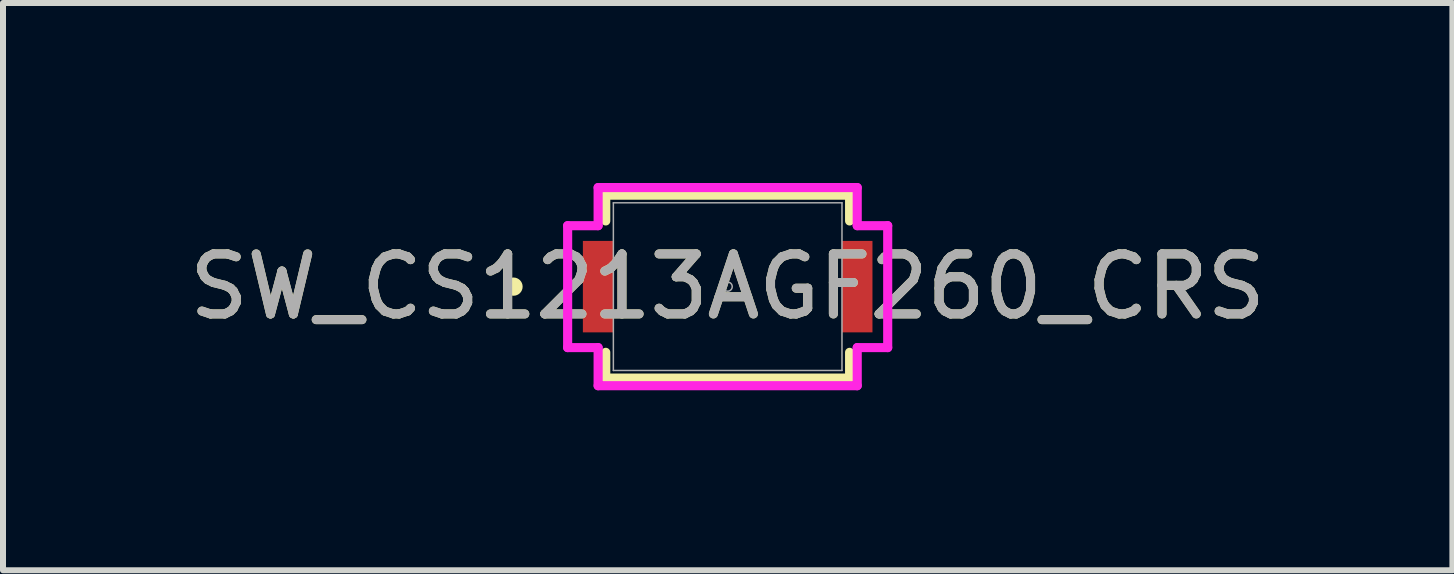
<source format=kicad_pcb>
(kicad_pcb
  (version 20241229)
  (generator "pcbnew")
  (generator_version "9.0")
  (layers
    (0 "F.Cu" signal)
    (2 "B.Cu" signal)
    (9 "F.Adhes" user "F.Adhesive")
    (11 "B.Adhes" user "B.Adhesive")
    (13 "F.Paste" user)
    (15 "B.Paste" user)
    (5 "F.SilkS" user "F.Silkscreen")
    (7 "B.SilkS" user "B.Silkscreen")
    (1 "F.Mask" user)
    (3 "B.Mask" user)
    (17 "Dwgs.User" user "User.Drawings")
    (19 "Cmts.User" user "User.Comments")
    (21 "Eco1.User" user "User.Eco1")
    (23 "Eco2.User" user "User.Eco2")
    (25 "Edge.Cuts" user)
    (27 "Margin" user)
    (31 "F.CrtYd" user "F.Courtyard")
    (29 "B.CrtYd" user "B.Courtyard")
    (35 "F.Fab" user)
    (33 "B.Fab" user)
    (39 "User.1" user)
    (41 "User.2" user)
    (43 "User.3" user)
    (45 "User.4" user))
  (footprint "SW_CS1213AGF260_CRS"
    (layer "F.Cu")
    (at 9.077 1.727)
    (property "Reference" "SW_CS1213AGF260_CRS" (at 0 0 0) (unlocked yes) (layer "F.SilkS") (effects (font (size 1 1) (thickness 0.15))))
    (attr smd)
    (fp_line (start -2.032 -1.524) (end -2.032 -1.095) (stroke (width 0.152) (type solid)) (layer "F.SilkS"))
    (fp_line (start -2.032 1.095) (end -2.032 1.524) (stroke (width 0.152) (type solid)) (layer "F.SilkS"))
    (fp_line (start -2.032 1.524) (end 2.032 1.524) (stroke (width 0.152) (type solid)) (layer "F.SilkS"))
    (fp_line (start 2.032 -1.524) (end -2.032 -1.524) (stroke (width 0.152) (type solid)) (layer "F.SilkS"))
    (fp_line (start 2.032 -1.095) (end 2.032 -1.524) (stroke (width 0.152) (type solid)) (layer "F.SilkS"))
    (fp_line (start 2.032 1.524) (end 2.032 1.095) (stroke (width 0.152) (type solid)) (layer "F.SilkS"))
    (fp_circle (center -3.569 0) (end -3.493 0) (stroke (width 0.152) (type solid)) (fill no) (layer "F.SilkS"))
    (fp_line (start -2.667 -1.016) (end -2.159 -1.016) (stroke (width 0.152) (type solid)) (layer "F.CrtYd"))
    (fp_line (start -2.667 1.016) (end -2.667 -1.016) (stroke (width 0.152) (type solid)) (layer "F.CrtYd"))
    (fp_line (start -2.667 1.016) (end -2.159 1.016) (stroke (width 0.152) (type solid)) (layer "F.CrtYd"))
    (fp_line (start -2.159 -1.651) (end 2.159 -1.651) (stroke (width 0.152) (type solid)) (layer "F.CrtYd"))
    (fp_line (start -2.159 -1.016) (end -2.159 -1.651) (stroke (width 0.152) (type solid)) (layer "F.CrtYd"))
    (fp_line (start -2.159 1.651) (end -2.159 1.016) (stroke (width 0.152) (type solid)) (layer "F.CrtYd"))
    (fp_line (start 2.159 -1.651) (end 2.159 -1.016) (stroke (width 0.152) (type solid)) (layer "F.CrtYd"))
    (fp_line (start 2.159 1.016) (end 2.159 1.651) (stroke (width 0.152) (type solid)) (layer "F.CrtYd"))
    (fp_line (start 2.159 1.651) (end -2.159 1.651) (stroke (width 0.152) (type solid)) (layer "F.CrtYd"))
    (fp_line (start 2.667 -1.016) (end 2.159 -1.016) (stroke (width 0.152) (type solid)) (layer "F.CrtYd"))
    (fp_line (start 2.667 -1.016) (end 2.667 1.016) (stroke (width 0.152) (type solid)) (layer "F.CrtYd"))
    (fp_line (start 2.667 1.016) (end 2.159 1.016) (stroke (width 0.152) (type solid)) (layer "F.CrtYd"))
    (fp_line (start -1.905 -1.397) (end -1.905 1.397) (stroke (width 0.025) (type solid)) (layer "F.Fab"))
    (fp_line (start -1.905 1.397) (end 1.905 1.397) (stroke (width 0.025) (type solid)) (layer "F.Fab"))
    (fp_line (start 1.905 -1.397) (end -1.905 -1.397) (stroke (width 0.025) (type solid)) (layer "F.Fab"))
    (fp_line (start 1.905 1.397) (end 1.905 -1.397) (stroke (width 0.025) (type solid)) (layer "F.Fab"))
    (fp_circle (center 0 0) (end 0.076 0) (stroke (width 0.025) (type solid)) (fill no) (layer "F.Fab"))
    (fp_text user "${REFERENCE}" (at 0 0 0) (unlocked yes) (layer "F.Fab") (effects (font (size 1 1) (thickness 0.15))))
    (pad "1" smd rect (at -2.159 0) (size 0.508 1.524) (layers "F.Cu" "F.Mask" "F.Paste"))
    (pad "2" smd rect (at 2.159 0) (size 0.508 1.524) (layers "F.Cu" "F.Mask" "F.Paste")))
  (gr_rect
    (start -3 -3)
    (end 21.155 6.454)
    (stroke (width 0.1) (type default))
    (fill no)
    (layer "Edge.Cuts")))
</source>
